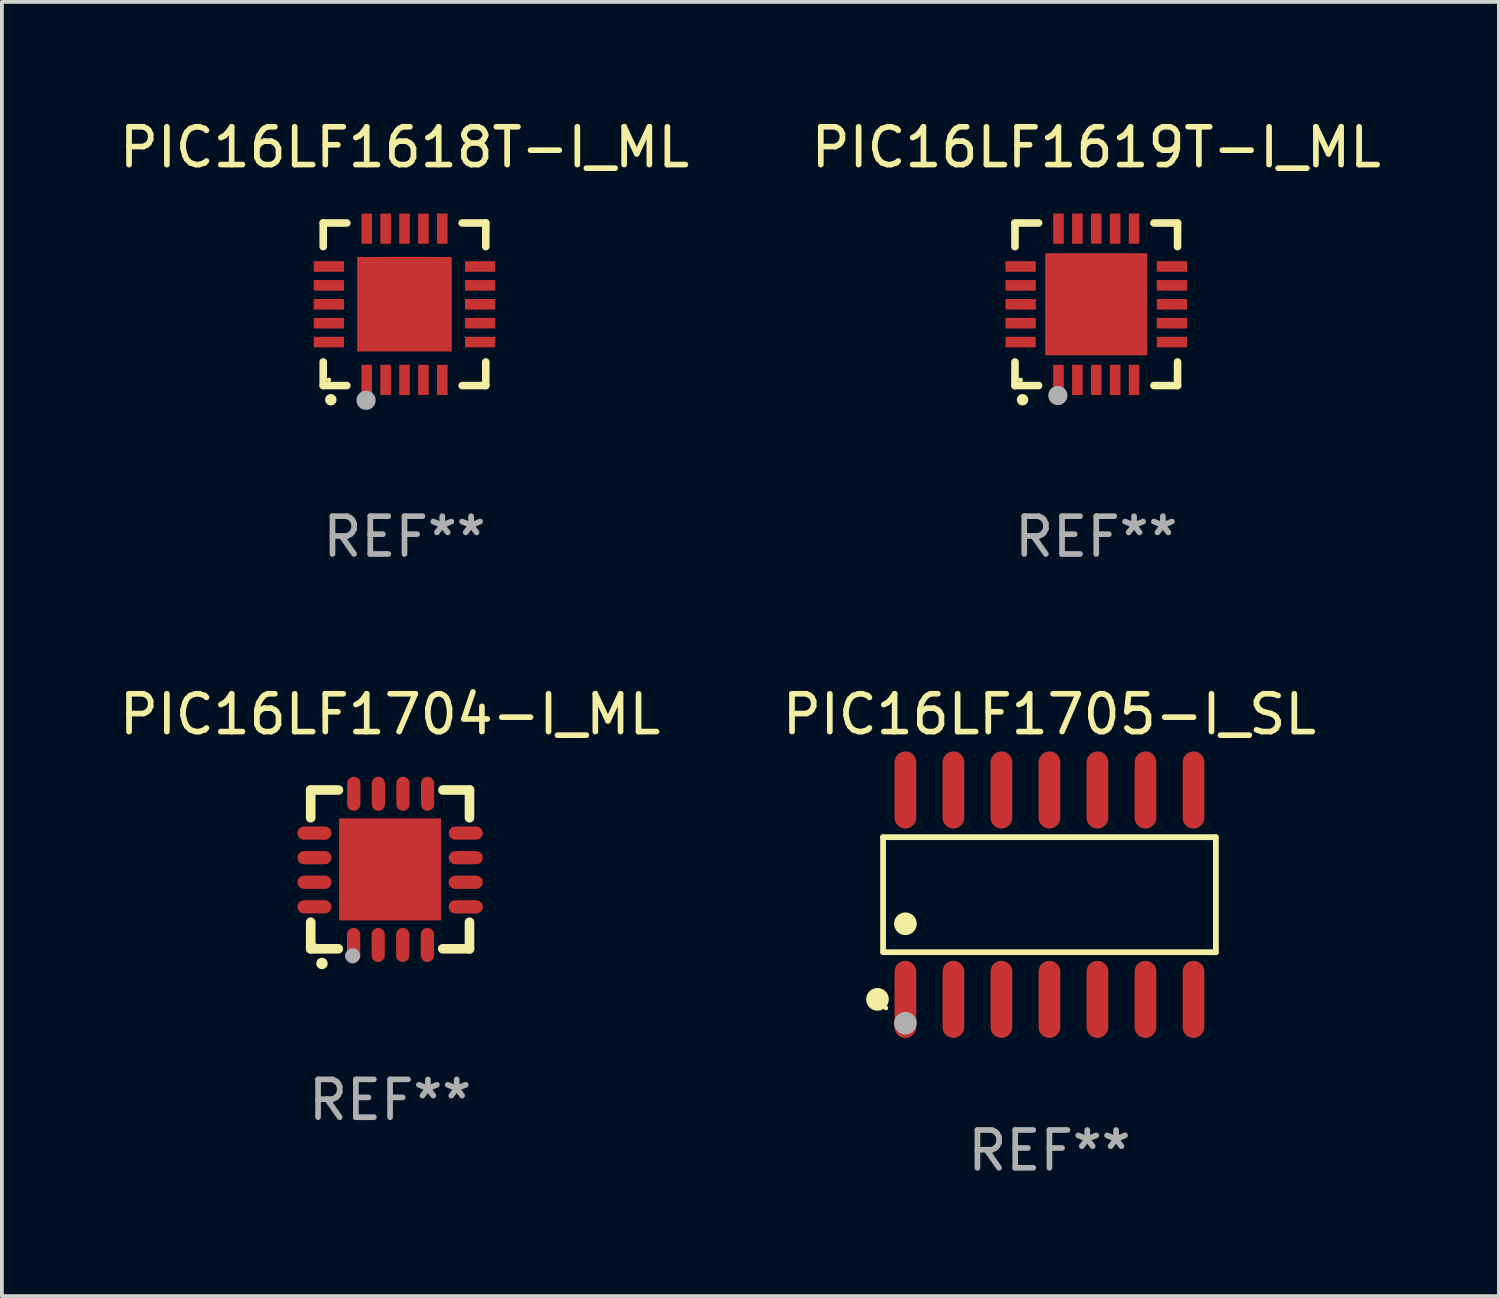
<source format=kicad_pcb>
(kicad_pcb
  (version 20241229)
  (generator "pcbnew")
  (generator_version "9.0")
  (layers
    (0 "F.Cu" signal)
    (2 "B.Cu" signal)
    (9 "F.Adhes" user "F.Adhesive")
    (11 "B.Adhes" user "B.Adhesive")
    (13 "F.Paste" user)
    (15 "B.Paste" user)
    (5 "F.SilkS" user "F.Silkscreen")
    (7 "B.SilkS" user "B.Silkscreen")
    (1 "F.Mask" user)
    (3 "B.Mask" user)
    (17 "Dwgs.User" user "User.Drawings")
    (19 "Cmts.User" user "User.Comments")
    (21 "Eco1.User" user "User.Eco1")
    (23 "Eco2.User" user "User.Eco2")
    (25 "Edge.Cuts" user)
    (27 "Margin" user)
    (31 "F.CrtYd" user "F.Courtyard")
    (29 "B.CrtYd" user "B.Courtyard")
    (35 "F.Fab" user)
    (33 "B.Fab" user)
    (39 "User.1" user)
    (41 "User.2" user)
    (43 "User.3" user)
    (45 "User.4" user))
  (footprint "PIC16LF1705-I_SL"
    (layer "F.Cu")
    (at 24.708 20.614)
    (property "Reference" "PIC16LF1705-I_SL" (at 0 -4.769 0) (layer "F.SilkS") (effects (font (size 1 1) (thickness 0.15))))
    (attr through_hole)
    (fp_line (start -4.401 -1.521) (end 4.401 -1.521) (stroke (width 0.152) (type solid)) (layer "F.SilkS"))
    (fp_line (start -4.401 1.521) (end -4.401 -1.521) (stroke (width 0.152) (type solid)) (layer "F.SilkS"))
    (fp_line (start 4.401 -1.521) (end 4.401 1.521) (stroke (width 0.152) (type solid)) (layer "F.SilkS"))
    (fp_line (start 4.401 1.521) (end -4.401 1.521) (stroke (width 0.152) (type solid)) (layer "F.SilkS"))
    (fp_circle (center -4.549 2.769) (end -4.399 2.769) (stroke (width 0.3) (type solid)) (fill no) (layer "F.SilkS"))
    (fp_circle (center -4.325 3) (end -4.295 3) (stroke (width 0.06) (type solid)) (fill no) (layer "F.SilkS"))
    (fp_circle (center -3.81 0.769) (end -3.66 0.769) (stroke (width 0.3) (type solid)) (fill no) (layer "F.SilkS"))
    (fp_circle (center -3.81 3.4) (end -3.66 3.4) (stroke (width 0.3) (type solid)) (fill no) (layer "F.Fab"))
    (fp_text user "REF**" (at 0 6.769 0) (layer "F.Fab") (effects (font (size 1 1) (thickness 0.15))))
    (pad "1" smd oval (at -3.81 2.769) (size 0.574 2.038) (layers "F.Cu" "F.Mask" "F.Paste"))
    (pad "2" smd oval (at -2.54 2.769) (size 0.574 2.038) (layers "F.Cu" "F.Mask" "F.Paste"))
    (pad "3" smd oval (at -1.27 2.769) (size 0.574 2.038) (layers "F.Cu" "F.Mask" "F.Paste"))
    (pad "4" smd oval (at 0 2.769) (size 0.574 2.038) (layers "F.Cu" "F.Mask" "F.Paste"))
    (pad "5" smd oval (at 1.27 2.769) (size 0.574 2.038) (layers "F.Cu" "F.Mask" "F.Paste"))
    (pad "6" smd oval (at 2.54 2.769) (size 0.574 2.038) (layers "F.Cu" "F.Mask" "F.Paste"))
    (pad "7" smd oval (at 3.81 2.769) (size 0.574 2.038) (layers "F.Cu" "F.Mask" "F.Paste"))
    (pad "8" smd oval (at 3.81 -2.769) (size 0.574 2.038) (layers "F.Cu" "F.Mask" "F.Paste"))
    (pad "9" smd oval (at 2.54 -2.769) (size 0.574 2.038) (layers "F.Cu" "F.Mask" "F.Paste"))
    (pad "10" smd oval (at 1.27 -2.769) (size 0.574 2.038) (layers "F.Cu" "F.Mask" "F.Paste"))
    (pad "11" smd oval (at 0 -2.769) (size 0.574 2.038) (layers "F.Cu" "F.Mask" "F.Paste"))
    (pad "12" smd oval (at -1.27 -2.769) (size 0.574 2.038) (layers "F.Cu" "F.Mask" "F.Paste"))
    (pad "13" smd oval (at -2.54 -2.769) (size 0.574 2.038) (layers "F.Cu" "F.Mask" "F.Paste"))
    (pad "14" smd oval (at -3.81 -2.769) (size 0.574 2.038) (layers "F.Cu" "F.Mask" "F.Paste")))
  (footprint "PIC16LF1619T-I_ML"
    (layer "F.Cu")
    (at 25.946 4.998)
    (property "Reference" "PIC16LF1619T-I_ML" (at 0 -4.15 0) (layer "F.SilkS") (effects (font (size 1 1) (thickness 0.15))))
    (attr through_hole)
    (fp_line (start -2.15 -2.15) (end -2.15 -1.525) (stroke (width 0.2) (type solid)) (layer "F.SilkS"))
    (fp_line (start -2.15 2.15) (end -2.15 1.525) (stroke (width 0.2) (type solid)) (layer "F.SilkS"))
    (fp_line (start -1.525 -2.15) (end -2.15 -2.15) (stroke (width 0.2) (type solid)) (layer "F.SilkS"))
    (fp_line (start -1.525 2.15) (end -2.15 2.15) (stroke (width 0.2) (type solid)) (layer "F.SilkS"))
    (fp_line (start 1.525 2.15) (end 2.15 2.15) (stroke (width 0.2) (type solid)) (layer "F.SilkS"))
    (fp_line (start 2.15 -2.15) (end 1.525 -2.15) (stroke (width 0.2) (type solid)) (layer "F.SilkS"))
    (fp_line (start 2.15 -1.525) (end 2.15 -2.15) (stroke (width 0.2) (type solid)) (layer "F.SilkS"))
    (fp_line (start 2.15 2.15) (end 2.15 1.525) (stroke (width 0.2) (type solid)) (layer "F.SilkS"))
    (fp_arc (start -1.950724 2.524765) (mid -1.949454 2.52476) (end -1.948184 2.524765) (stroke (width 0.3) (type solid)) (layer "F.SilkS"))
    (fp_circle (center -2 2) (end -1.97 2) (stroke (width 0.06) (type solid)) (fill no) (layer "F.SilkS"))
    (fp_circle (center -1.016 2.413) (end -0.889 2.413) (stroke (width 0.254) (type solid)) (fill no) (layer "F.Fab"))
    (fp_text user "REF**" (at 0 6.15 0) (layer "F.Fab") (effects (font (size 1 1) (thickness 0.15))))
    (pad "1" smd rect (at -1 2) (size 0.28 0.8) (layers "F.Cu" "F.Mask" "F.Paste"))
    (pad "2" smd rect (at -0.5 2) (size 0.28 0.8) (layers "F.Cu" "F.Mask" "F.Paste"))
    (pad "3" smd rect (at 0 2) (size 0.28 0.8) (layers "F.Cu" "F.Mask" "F.Paste"))
    (pad "4" smd rect (at 0.5 2) (size 0.28 0.8) (layers "F.Cu" "F.Mask" "F.Paste"))
    (pad "5" smd rect (at 1 2) (size 0.28 0.8) (layers "F.Cu" "F.Mask" "F.Paste"))
    (pad "6" smd rect (at 2 1) (size 0.8 0.28) (layers "F.Cu" "F.Mask" "F.Paste"))
    (pad "7" smd rect (at 2 0.5) (size 0.8 0.28) (layers "F.Cu" "F.Mask" "F.Paste"))
    (pad "8" smd rect (at 2 0) (size 0.8 0.28) (layers "F.Cu" "F.Mask" "F.Paste"))
    (pad "9" smd rect (at 2 -0.5) (size 0.8 0.28) (layers "F.Cu" "F.Mask" "F.Paste"))
    (pad "10" smd rect (at 2 -1) (size 0.8 0.28) (layers "F.Cu" "F.Mask" "F.Paste"))
    (pad "11" smd rect (at 1 -2) (size 0.28 0.8) (layers "F.Cu" "F.Mask" "F.Paste"))
    (pad "12" smd rect (at 0.5 -2) (size 0.28 0.8) (layers "F.Cu" "F.Mask" "F.Paste"))
    (pad "13" smd rect (at 0 -2) (size 0.28 0.8) (layers "F.Cu" "F.Mask" "F.Paste"))
    (pad "14" smd rect (at -0.5 -2) (size 0.28 0.8) (layers "F.Cu" "F.Mask" "F.Paste"))
    (pad "15" smd rect (at -1 -2) (size 0.28 0.8) (layers "F.Cu" "F.Mask" "F.Paste"))
    (pad "16" smd rect (at -2 -1) (size 0.8 0.28) (layers "F.Cu" "F.Mask" "F.Paste"))
    (pad "17" smd rect (at -2 -0.5) (size 0.8 0.28) (layers "F.Cu" "F.Mask" "F.Paste"))
    (pad "18" smd rect (at -2 0) (size 0.8 0.28) (layers "F.Cu" "F.Mask" "F.Paste"))
    (pad "19" smd rect (at -2 0.5) (size 0.8 0.28) (layers "F.Cu" "F.Mask" "F.Paste"))
    (pad "20" smd rect (at -2 1) (size 0.8 0.28) (layers "F.Cu" "F.Mask" "F.Paste"))
    (pad "21" smd rect (at 0 0) (size 2.7 2.7) (layers "F.Cu" "F.Mask" "F.Paste")))
  (footprint "PIC16LF1704-I_ML"
    (layer "F.Cu")
    (at 7.268 19.945)
    (property "Reference" "PIC16LF1704-I_ML" (at 0 -4.1 0) (layer "F.SilkS") (effects (font (size 1 1) (thickness 0.15))))
    (attr through_hole)
    (fp_line (start -2.1 -2.1) (end -1.366 -2.1) (stroke (width 0.254) (type solid)) (layer "F.SilkS"))
    (fp_line (start -2.1 -1.366) (end -2.1 -2.1) (stroke (width 0.254) (type solid)) (layer "F.SilkS"))
    (fp_line (start -2.1 2.1) (end -2.1 1.397) (stroke (width 0.254) (type solid)) (layer "F.SilkS"))
    (fp_line (start -2.1 2.1) (end -1.371 2.1) (stroke (width 0.254) (type solid)) (layer "F.SilkS"))
    (fp_line (start 1.392 2.1) (end 2.1 2.1) (stroke (width 0.254) (type solid)) (layer "F.SilkS"))
    (fp_line (start 1.397 -2.1) (end 2.1 -2.1) (stroke (width 0.254) (type solid)) (layer "F.SilkS"))
    (fp_line (start 2.1 -1.366) (end 2.1 -2.1) (stroke (width 0.254) (type solid)) (layer "F.SilkS"))
    (fp_line (start 2.1 2.1) (end 2.1 1.397) (stroke (width 0.254) (type solid)) (layer "F.SilkS"))
    (fp_arc (start -1.803404 2.489205) (mid -1.802134 2.4892) (end -1.800864 2.489205) (stroke (width 0.3) (type solid)) (layer "F.SilkS"))
    (fp_circle (center -2 2) (end -1.97 2) (stroke (width 0.06) (type solid)) (fill no) (layer "F.SilkS"))
    (fp_circle (center -0.991 2.286) (end -0.891 2.286) (stroke (width 0.2) (type solid)) (fill no) (layer "F.Fab"))
    (fp_text user "REF**" (at 0 6.1 0) (layer "F.Fab") (effects (font (size 1 1) (thickness 0.15))))
    (pad "1" smd oval (at -0.965 2) (size 0.35 0.9) (layers "F.Cu" "F.Mask" "F.Paste"))
    (pad "2" smd oval (at -0.315 2) (size 0.35 0.9) (layers "F.Cu" "F.Mask" "F.Paste"))
    (pad "3" smd oval (at 0.335 2) (size 0.35 0.9) (layers "F.Cu" "F.Mask" "F.Paste"))
    (pad "4" smd oval (at 0.986 2) (size 0.35 0.9) (layers "F.Cu" "F.Mask" "F.Paste"))
    (pad "5" smd oval (at 2 0.991 90) (size 0.35 0.9) (layers "F.Cu" "F.Mask" "F.Paste"))
    (pad "6" smd oval (at 2 0.34 90) (size 0.35 0.9) (layers "F.Cu" "F.Mask" "F.Paste"))
    (pad "7" smd oval (at 2 -0.31 90) (size 0.35 0.9) (layers "F.Cu" "F.Mask" "F.Paste"))
    (pad "8" smd oval (at 2 -0.96 90) (size 0.35 0.9) (layers "F.Cu" "F.Mask" "F.Paste"))
    (pad "9" smd oval (at 0.991 -2) (size 0.35 0.9) (layers "F.Cu" "F.Mask" "F.Paste"))
    (pad "10" smd oval (at 0.34 -2) (size 0.35 0.9) (layers "F.Cu" "F.Mask" "F.Paste"))
    (pad "11" smd oval (at -0.31 -2) (size 0.35 0.9) (layers "F.Cu" "F.Mask" "F.Paste"))
    (pad "12" smd oval (at -0.96 -2) (size 0.35 0.9) (layers "F.Cu" "F.Mask" "F.Paste"))
    (pad "13" smd oval (at -2 -0.96 90) (size 0.35 0.9) (layers "F.Cu" "F.Mask" "F.Paste"))
    (pad "14" smd oval (at -2 -0.31 90) (size 0.35 0.9) (layers "F.Cu" "F.Mask" "F.Paste"))
    (pad "15" smd oval (at -2 0.34 90) (size 0.35 0.9) (layers "F.Cu" "F.Mask" "F.Paste"))
    (pad "16" smd oval (at -2 0.991 90) (size 0.35 0.9) (layers "F.Cu" "F.Mask" "F.Paste"))
    (pad "17" smd rect (at 0 0 90) (size 2.7 2.7) (layers "F.Cu" "F.Mask" "F.Paste")))
  (footprint "PIC16LF1618T-I_ML"
    (layer "F.Cu")
    (at 7.649 4.998)
    (property "Reference" "PIC16LF1618T-I_ML" (at 0 -4.15 0) (layer "F.SilkS") (effects (font (size 1 1) (thickness 0.15))))
    (attr through_hole)
    (fp_line (start -2.15 -2.15) (end -2.15 -1.525) (stroke (width 0.2) (type solid)) (layer "F.SilkS"))
    (fp_line (start -2.15 2.15) (end -2.15 1.525) (stroke (width 0.2) (type solid)) (layer "F.SilkS"))
    (fp_line (start -1.525 -2.15) (end -2.15 -2.15) (stroke (width 0.2) (type solid)) (layer "F.SilkS"))
    (fp_line (start -1.525 2.15) (end -2.15 2.15) (stroke (width 0.2) (type solid)) (layer "F.SilkS"))
    (fp_line (start 1.525 2.15) (end 2.15 2.15) (stroke (width 0.2) (type solid)) (layer "F.SilkS"))
    (fp_line (start 2.15 -2.15) (end 1.525 -2.15) (stroke (width 0.2) (type solid)) (layer "F.SilkS"))
    (fp_line (start 2.15 -1.525) (end 2.15 -2.15) (stroke (width 0.2) (type solid)) (layer "F.SilkS"))
    (fp_line (start 2.15 2.15) (end 2.15 1.525) (stroke (width 0.2) (type solid)) (layer "F.SilkS"))
    (fp_arc (start -1.950724 2.524765) (mid -1.949454 2.52476) (end -1.948184 2.524765) (stroke (width 0.3) (type solid)) (layer "F.SilkS"))
    (fp_circle (center -2 2) (end -1.97 2) (stroke (width 0.06) (type solid)) (fill no) (layer "F.SilkS"))
    (fp_circle (center -1.016 2.54) (end -0.889 2.54) (stroke (width 0.254) (type solid)) (fill no) (layer "F.Fab"))
    (fp_text user "REF**" (at 0 6.15 0) (layer "F.Fab") (effects (font (size 1 1) (thickness 0.15))))
    (pad "1" smd rect (at -1 2) (size 0.28 0.8) (layers "F.Cu" "F.Mask" "F.Paste"))
    (pad "2" smd rect (at -0.5 2) (size 0.28 0.8) (layers "F.Cu" "F.Mask" "F.Paste"))
    (pad "3" smd rect (at 0 2) (size 0.28 0.8) (layers "F.Cu" "F.Mask" "F.Paste"))
    (pad "4" smd rect (at 0.5 2) (size 0.28 0.8) (layers "F.Cu" "F.Mask" "F.Paste"))
    (pad "5" smd rect (at 1 2) (size 0.28 0.8) (layers "F.Cu" "F.Mask" "F.Paste"))
    (pad "6" smd rect (at 2 1) (size 0.8 0.28) (layers "F.Cu" "F.Mask" "F.Paste"))
    (pad "7" smd rect (at 2 0.5) (size 0.8 0.28) (layers "F.Cu" "F.Mask" "F.Paste"))
    (pad "8" smd rect (at 2 0) (size 0.8 0.28) (layers "F.Cu" "F.Mask" "F.Paste"))
    (pad "9" smd rect (at 2 -0.5) (size 0.8 0.28) (layers "F.Cu" "F.Mask" "F.Paste"))
    (pad "10" smd rect (at 2 -1) (size 0.8 0.28) (layers "F.Cu" "F.Mask" "F.Paste"))
    (pad "11" smd rect (at 1 -2) (size 0.28 0.8) (layers "F.Cu" "F.Mask" "F.Paste"))
    (pad "12" smd rect (at 0.5 -2) (size 0.28 0.8) (layers "F.Cu" "F.Mask" "F.Paste"))
    (pad "13" smd rect (at 0 -2) (size 0.28 0.8) (layers "F.Cu" "F.Mask" "F.Paste"))
    (pad "14" smd rect (at -0.5 -2) (size 0.28 0.8) (layers "F.Cu" "F.Mask" "F.Paste"))
    (pad "15" smd rect (at -1 -2) (size 0.28 0.8) (layers "F.Cu" "F.Mask" "F.Paste"))
    (pad "16" smd rect (at -2 -1) (size 0.8 0.28) (layers "F.Cu" "F.Mask" "F.Paste"))
    (pad "17" smd rect (at -2 -0.5) (size 0.8 0.28) (layers "F.Cu" "F.Mask" "F.Paste"))
    (pad "18" smd rect (at -2 0) (size 0.8 0.28) (layers "F.Cu" "F.Mask" "F.Paste"))
    (pad "19" smd rect (at -2 0.5) (size 0.8 0.28) (layers "F.Cu" "F.Mask" "F.Paste"))
    (pad "20" smd rect (at -2 1) (size 0.8 0.28) (layers "F.Cu" "F.Mask" "F.Paste"))
    (pad "21" smd rect (at 0 0) (size 2.5 2.5) (layers "F.Cu" "F.Mask" "F.Paste")))
  (gr_rect
    (start -3 -3)
    (end 36.595 31.231)
    (stroke (width 0.1) (type default))
    (fill no)
    (layer "Edge.Cuts")))
</source>
